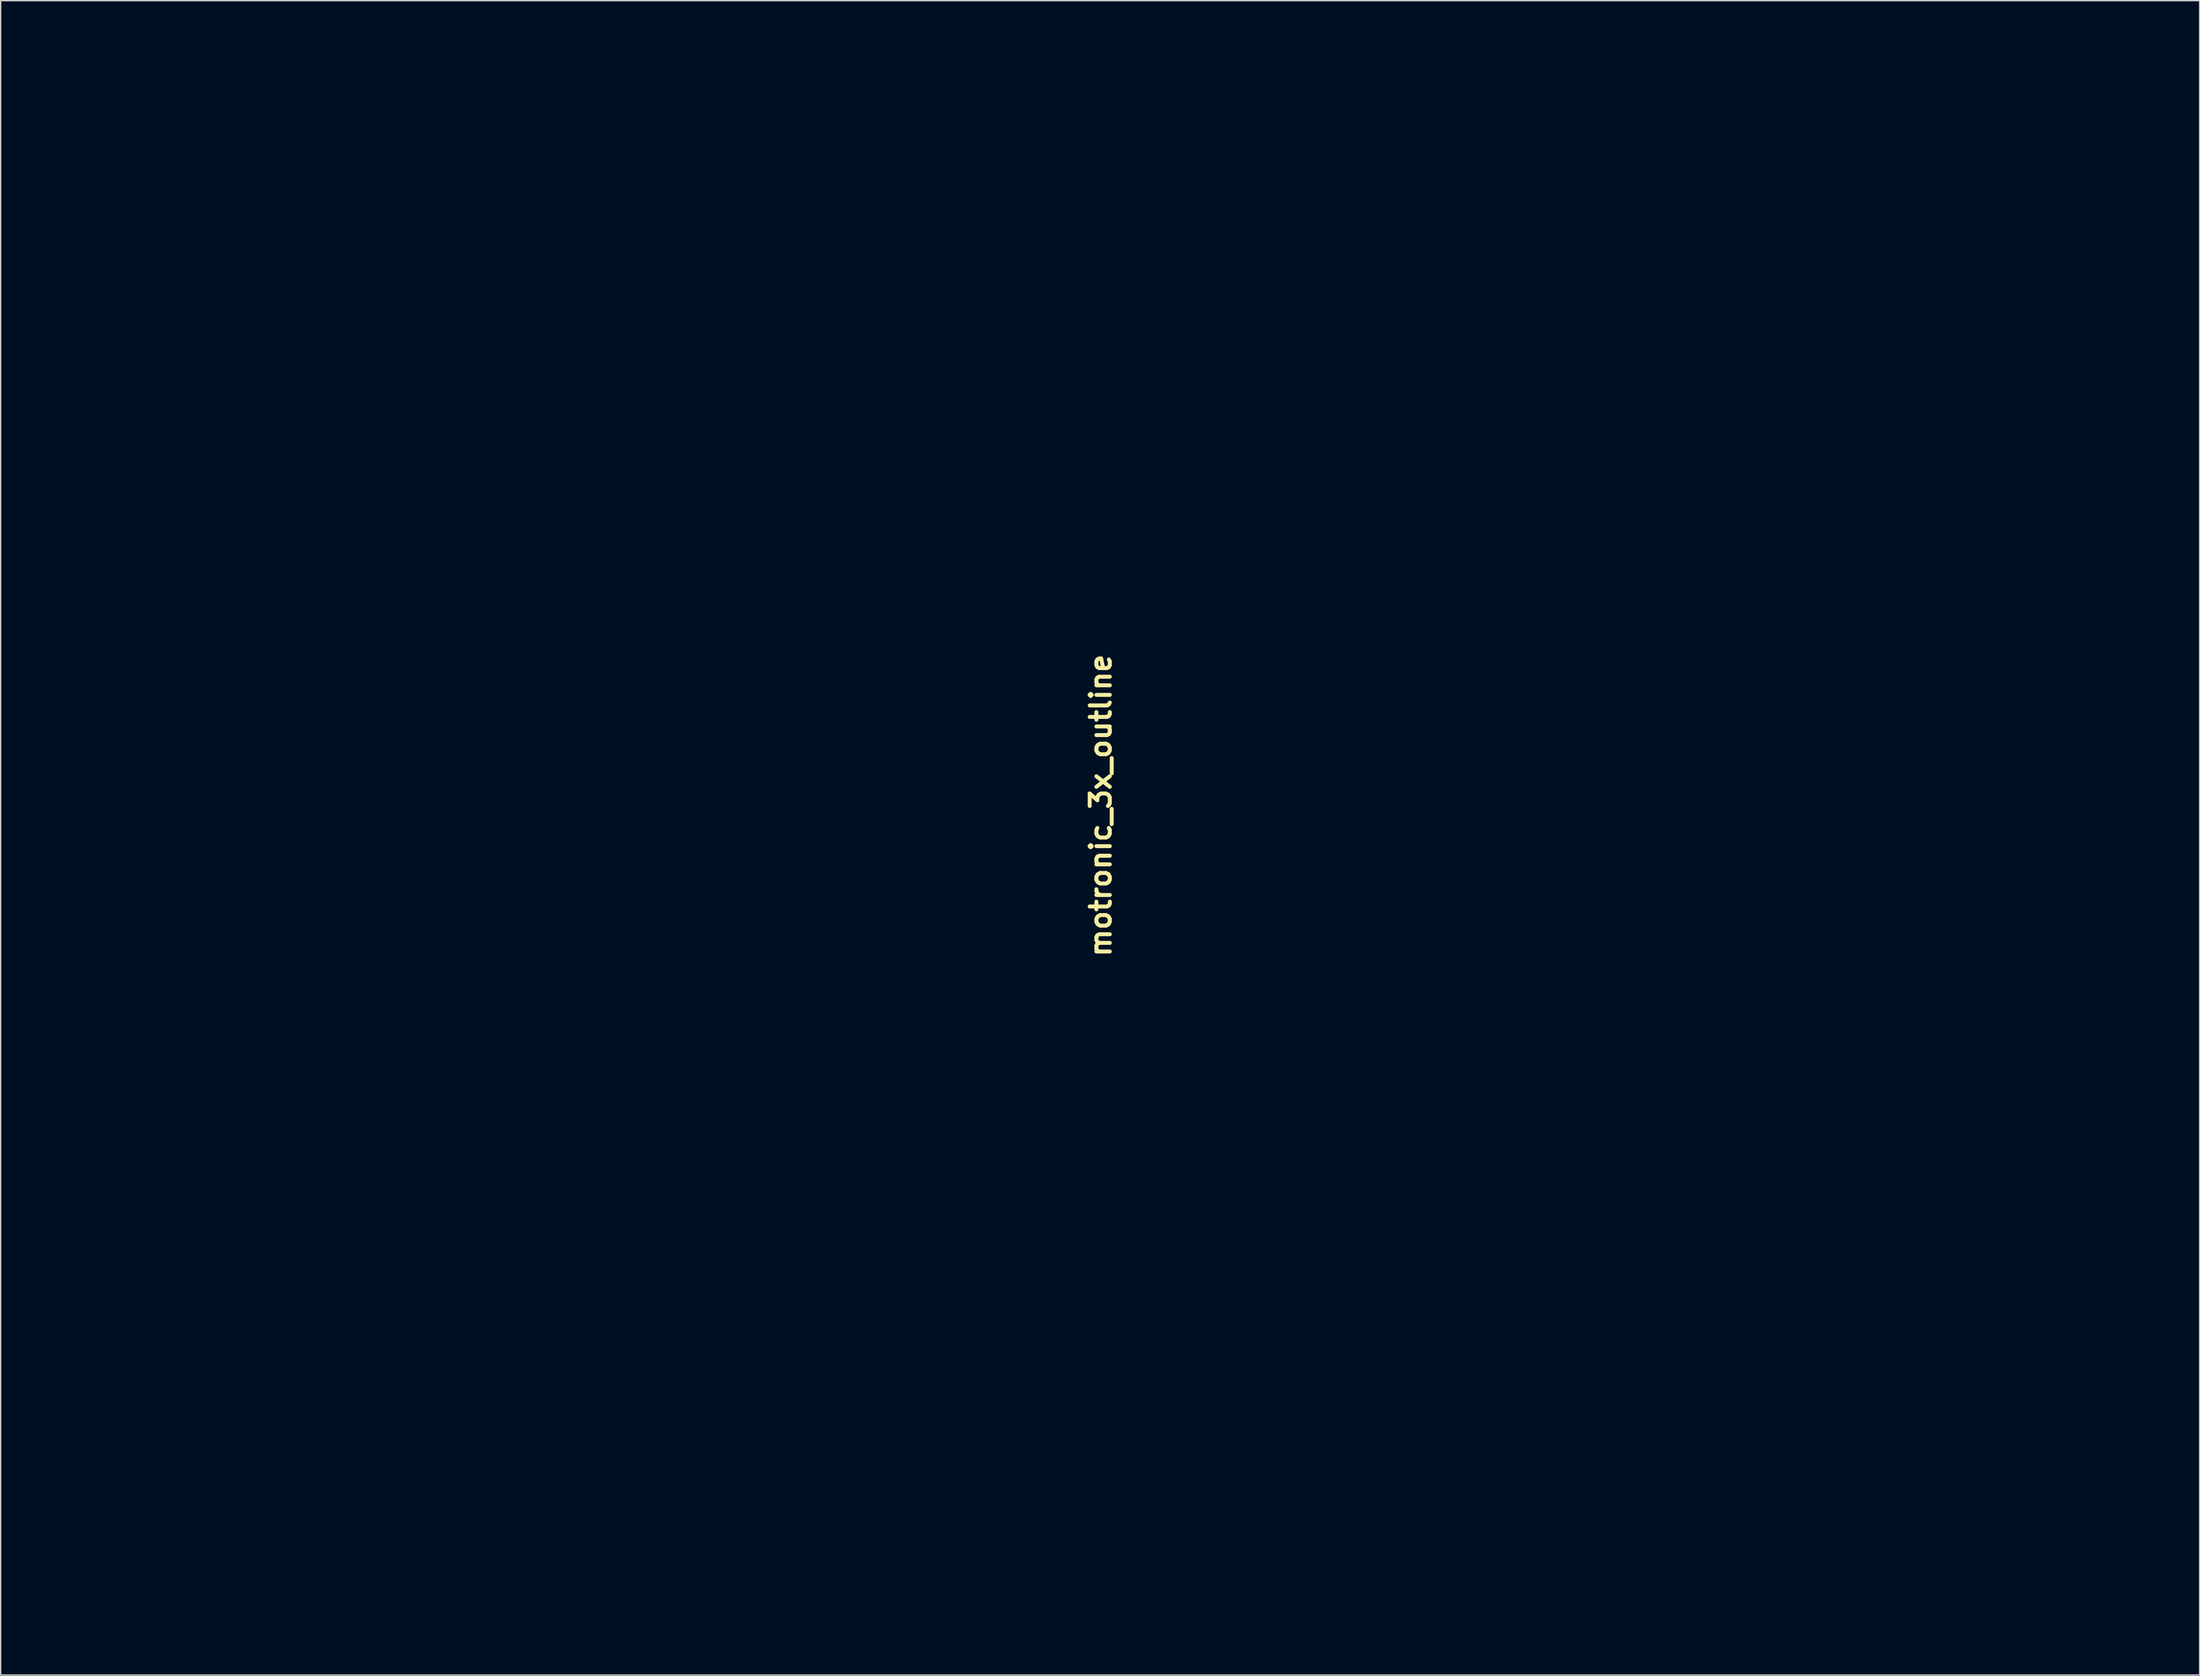
<source format=kicad_pcb>
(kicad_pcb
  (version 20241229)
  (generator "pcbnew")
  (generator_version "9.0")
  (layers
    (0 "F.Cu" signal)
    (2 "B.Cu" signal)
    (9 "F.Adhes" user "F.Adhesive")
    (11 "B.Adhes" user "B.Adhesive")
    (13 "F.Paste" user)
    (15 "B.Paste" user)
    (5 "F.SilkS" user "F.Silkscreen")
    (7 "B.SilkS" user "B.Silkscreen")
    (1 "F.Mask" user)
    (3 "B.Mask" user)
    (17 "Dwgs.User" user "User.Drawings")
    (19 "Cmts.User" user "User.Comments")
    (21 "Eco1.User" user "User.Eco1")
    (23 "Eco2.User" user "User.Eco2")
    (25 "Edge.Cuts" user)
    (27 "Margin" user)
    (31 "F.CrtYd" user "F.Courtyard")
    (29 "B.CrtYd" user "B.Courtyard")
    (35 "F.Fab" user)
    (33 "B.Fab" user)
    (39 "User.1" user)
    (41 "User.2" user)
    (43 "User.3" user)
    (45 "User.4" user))
  (footprint "motronic_3x_outline"
    (layer "F.Cu")
    (at 81.052 58.51)
    (property "Reference" "motronic_3x_outline" (at -0.699 -0.508 270) (layer "F.SilkS") (effects (font (size 1.524 1.524) (thickness 0.3))))
    (attr through_hole)
    (fp_poly (pts (xy -71.189 42.336) (xy -71.358 42.818) (xy -71.662 43.257) (xy -72.099 43.627) (xy -72.348 43.77) (xy -72.918 43.97) (xy -73.489 44.012) (xy -74.036 43.905) (xy -74.533 43.655) (xy -74.955 43.27) (xy -75.169 42.965) (xy -75.343 42.544) (xy -75.429 42.064) (xy -75.418 41.596) (xy -75.348 41.31) (xy -75.071 40.797) (xy -74.658 40.384) (xy -74.252 40.135) (xy -73.725 39.93) (xy -73.243 39.876) (xy -73.243 40.118) (xy -73.716 40.159) (xy -74.172 40.313) (xy -74.587 40.585) (xy -74.938 40.979) (xy -75.065 41.19) (xy -75.168 41.518) (xy -75.201 41.927) (xy -75.165 42.345) (xy -75.062 42.702) (xy -75.044 42.739) (xy -74.717 43.205) (xy -74.292 43.535) (xy -73.775 43.725) (xy -73.3 43.773) (xy -72.727 43.7) (xy -72.235 43.492) (xy -71.84 43.167) (xy -71.561 42.74) (xy -71.414 42.228) (xy -71.395 41.952) (xy -71.466 41.423) (xy -71.664 40.977) (xy -71.965 40.618) (xy -72.344 40.352) (xy -72.778 40.184) (xy -73.243 40.118) (xy -73.243 39.876) (xy -73.235 39.875) (xy -72.739 39.97) (xy -72.348 40.135) (xy -71.849 40.465) (xy -71.483 40.876) (xy -71.251 41.34) (xy -71.153 41.835) (xy -71.189 42.336)) (stroke (width 0.01) (type solid)) (fill no) (layer "Eco1.User"))
    (fp_poly (pts (xy 74.496 -7.119) (xy 74.359 -6.645) (xy 74.335 -6.593) (xy 73.976 -6.048) (xy 73.5 -5.612) (xy 73.158 -5.408) (xy 72.699 -5.258) (xy 72.166 -5.2) (xy 71.627 -5.235) (xy 71.151 -5.365) (xy 71.099 -5.388) (xy 70.647 -5.672) (xy 70.241 -6.063) (xy 69.937 -6.505) (xy 69.891 -6.599) (xy 69.757 -7.029) (xy 69.694 -7.526) (xy 69.706 -8.014) (xy 69.776 -8.353) (xy 70.039 -8.919) (xy 70.406 -9.372) (xy 70.854 -9.709) (xy 71.359 -9.93) (xy 71.897 -10.033) (xy 72.301 -10.021) (xy 72.301 -9.8) (xy 71.738 -9.782) (xy 71.21 -9.598) (xy 70.716 -9.248) (xy 70.591 -9.128) (xy 70.203 -8.635) (xy 69.981 -8.112) (xy 69.926 -7.558) (xy 70.036 -6.97) (xy 70.082 -6.837) (xy 70.349 -6.35) (xy 70.74 -5.941) (xy 71.219 -5.634) (xy 71.75 -5.455) (xy 72.115 -5.419) (xy 72.57 -5.484) (xy 73.049 -5.662) (xy 73.481 -5.921) (xy 73.655 -6.069) (xy 73.944 -6.443) (xy 74.169 -6.906) (xy 74.297 -7.387) (xy 74.316 -7.622) (xy 74.236 -8.166) (xy 74.011 -8.682) (xy 73.668 -9.135) (xy 73.231 -9.489) (xy 72.898 -9.653) (xy 72.301 -9.8) (xy 72.301 -10.021) (xy 72.447 -10.017) (xy 72.983 -9.879) (xy 73.484 -9.619) (xy 73.925 -9.234) (xy 74.284 -8.724) (xy 74.322 -8.652) (xy 74.477 -8.189) (xy 74.536 -7.656) (xy 74.496 -7.119)) (stroke (width 0.01) (type solid)) (fill no) (layer "Eco1.User"))
    (fp_poly (pts (xy -71.154 -53.099) (xy -71.233 -52.5) (xy -71.421 -51.993) (xy -71.742 -51.528) (xy -71.889 -51.364) (xy -72.19 -51.082) (xy -72.482 -50.893) (xy -72.811 -50.78) (xy -73.223 -50.728) (xy -73.657 -50.717) (xy -74.2 -50.738) (xy -74.622 -50.809) (xy -74.966 -50.945) (xy -75.275 -51.161) (xy -75.479 -51.352) (xy -75.873 -51.868) (xy -76.129 -52.462) (xy -76.236 -53.104) (xy -76.21 -53.617) (xy -76.035 -54.237) (xy -75.705 -54.791) (xy -75.367 -55.151) (xy -74.845 -55.517) (xy -74.279 -55.733) (xy -73.693 -55.805) (xy -73.501 -55.783) (xy -73.501 -55.523) (xy -74.059 -55.514) (xy -74.525 -55.403) (xy -74.952 -55.172) (xy -75.244 -54.94) (xy -75.595 -54.526) (xy -75.837 -54.016) (xy -75.963 -53.452) (xy -75.963 -52.876) (xy -75.829 -52.33) (xy -75.791 -52.239) (xy -75.464 -51.705) (xy -75.03 -51.298) (xy -74.5 -51.027) (xy -73.886 -50.897) (xy -73.639 -50.887) (xy -73.067 -50.939) (xy -72.582 -51.103) (xy -72.133 -51.4) (xy -72.051 -51.47) (xy -71.677 -51.905) (xy -71.43 -52.423) (xy -71.312 -52.988) (xy -71.327 -53.568) (xy -71.477 -54.128) (xy -71.761 -54.627) (xy -72.166 -55.054) (xy -72.63 -55.336) (xy -73.183 -55.49) (xy -73.501 -55.523) (xy -73.501 -55.783) (xy -73.112 -55.738) (xy -72.561 -55.538) (xy -72.063 -55.21) (xy -71.642 -54.758) (xy -71.358 -54.267) (xy -71.233 -53.961) (xy -71.166 -53.703) (xy -71.146 -53.415) (xy -71.154 -53.099)) (stroke (width 0.01) (type solid)) (fill no) (layer "Eco1.User"))
    (fp_poly (pts (xy -70.71 -2.618) (xy -70.924 -2.113) (xy -71.246 -1.648) (xy -71.65 -1.263) (xy -71.962 -1.068) (xy -72.268 -0.974) (xy -72.674 -0.929) (xy -73.12 -0.932) (xy -73.543 -0.981) (xy -73.882 -1.076) (xy -73.934 -1.1) (xy -74.425 -1.44) (xy -74.804 -1.887) (xy -75.058 -2.412) (xy -75.179 -2.985) (xy -75.154 -3.579) (xy -75.03 -4.03) (xy -74.773 -4.499) (xy -74.403 -4.914) (xy -73.968 -5.222) (xy -73.893 -5.259) (xy -73.524 -5.368) (xy -73.065 -5.416) (xy -72.848 -5.411) (xy -72.848 -5.16) (xy -73.265 -5.144) (xy -73.619 -5.08) (xy -73.711 -5.048) (xy -74.085 -4.83) (xy -74.439 -4.518) (xy -74.715 -4.167) (xy -74.793 -4.022) (xy -74.907 -3.627) (xy -74.945 -3.159) (xy -74.907 -2.698) (xy -74.82 -2.389) (xy -74.531 -1.904) (xy -74.128 -1.535) (xy -73.627 -1.295) (xy -73.044 -1.192) (xy -72.919 -1.189) (xy -72.322 -1.263) (xy -71.803 -1.477) (xy -71.379 -1.821) (xy -71.066 -2.283) (xy -71.018 -2.389) (xy -70.917 -2.787) (xy -70.894 -3.256) (xy -70.948 -3.715) (xy -71.045 -4.022) (xy -71.27 -4.372) (xy -71.6 -4.708) (xy -71.972 -4.972) (xy -72.127 -5.048) (xy -72.444 -5.128) (xy -72.848 -5.16) (xy -72.848 -5.411) (xy -72.584 -5.404) (xy -72.151 -5.332) (xy -71.942 -5.26) (xy -71.515 -4.98) (xy -71.145 -4.575) (xy -70.859 -4.086) (xy -70.681 -3.553) (xy -70.633 -3.12) (xy -70.71 -2.618)) (stroke (width 0.01) (type solid)) (fill no) (layer "Eco1.User"))
    (fp_poly (pts (xy 73.193 43.151) (xy 72.969 43.64) (xy 72.635 44.051) (xy 72.203 44.354) (xy 72.096 44.403) (xy 71.682 44.508) (xy 71.208 44.525) (xy 70.76 44.455) (xy 70.609 44.403) (xy 70.271 44.208) (xy 69.939 43.926) (xy 69.678 43.617) (xy 69.617 43.515) (xy 69.493 43.174) (xy 69.416 42.751) (xy 69.396 42.329) (xy 69.417 42.108) (xy 69.592 41.535) (xy 69.888 41.06) (xy 70.287 40.7) (xy 70.773 40.47) (xy 71.329 40.386) (xy 71.353 40.386) (xy 71.353 40.555) (xy 71.06 40.572) (xy 70.806 40.613) (xy 70.733 40.634) (xy 70.435 40.806) (xy 70.126 41.077) (xy 69.863 41.391) (xy 69.733 41.613) (xy 69.614 42.028) (xy 69.58 42.51) (xy 69.632 42.984) (xy 69.736 43.307) (xy 69.953 43.656) (xy 70.248 43.975) (xy 70.568 44.212) (xy 70.702 44.275) (xy 70.993 44.34) (xy 71.359 44.362) (xy 71.719 44.343) (xy 71.973 44.286) (xy 72.27 44.115) (xy 72.579 43.844) (xy 72.843 43.529) (xy 72.973 43.308) (xy 73.091 42.894) (xy 73.125 42.411) (xy 73.074 41.935) (xy 72.973 41.613) (xy 72.777 41.302) (xy 72.495 40.994) (xy 72.184 40.746) (xy 71.973 40.634) (xy 71.762 40.586) (xy 71.474 40.558) (xy 71.353 40.555) (xy 71.353 40.386) (xy 71.919 40.461) (xy 72.404 40.683) (xy 72.803 41.051) (xy 73.098 41.529) (xy 73.268 42.064) (xy 73.296 42.615) (xy 73.193 43.151)) (stroke (width 0.01) (type solid)) (fill no) (layer "Eco1.User"))
    (fp_poly (pts (xy 52.395 -52.416) (xy 52.269 -51.941) (xy 52.244 -51.884) (xy 51.994 -51.475) (xy 51.642 -51.074) (xy 51.244 -50.739) (xy 50.99 -50.587) (xy 50.6 -50.462) (xy 50.119 -50.408) (xy 49.608 -50.423) (xy 49.131 -50.507) (xy 48.804 -50.628) (xy 48.299 -50.974) (xy 47.895 -51.429) (xy 47.605 -51.963) (xy 47.441 -52.545) (xy 47.416 -53.143) (xy 47.539 -53.722) (xy 47.823 -54.294) (xy 48.207 -54.75) (xy 48.669 -55.091) (xy 49.186 -55.315) (xy 49.735 -55.42) (xy 50.067 -55.412) (xy 50.067 -55.11) (xy 49.637 -55.109) (xy 49.272 -55.053) (xy 49.197 -55.029) (xy 48.781 -54.807) (xy 48.379 -54.48) (xy 48.034 -54.091) (xy 47.79 -53.686) (xy 47.73 -53.526) (xy 47.654 -53.025) (xy 47.699 -52.49) (xy 47.846 -52.026) (xy 48.185 -51.485) (xy 48.646 -51.061) (xy 49.074 -50.817) (xy 49.603 -50.663) (xy 50.153 -50.656) (xy 50.693 -50.785) (xy 51.19 -51.035) (xy 51.613 -51.393) (xy 51.93 -51.847) (xy 52.014 -52.036) (xy 52.097 -52.392) (xy 52.123 -52.83) (xy 52.095 -53.285) (xy 52.018 -53.69) (xy 51.934 -53.91) (xy 51.677 -54.28) (xy 51.323 -54.632) (xy 50.936 -54.903) (xy 50.83 -54.957) (xy 50.489 -55.058) (xy 50.067 -55.11) (xy 50.067 -55.412) (xy 50.293 -55.406) (xy 50.837 -55.272) (xy 51.343 -55.016) (xy 51.788 -54.637) (xy 52.151 -54.135) (xy 52.246 -53.945) (xy 52.384 -53.487) (xy 52.434 -52.954) (xy 52.395 -52.416)) (stroke (width 0.01) (type solid)) (fill no) (layer "Eco1.User"))
    (fp_poly (pts (xy 73.816 56.72) (xy 73.69 57.194) (xy 73.665 57.251) (xy 73.415 57.66) (xy 73.063 58.061) (xy 72.665 58.396) (xy 72.411 58.549) (xy 72.021 58.673) (xy 71.539 58.727) (xy 71.029 58.712) (xy 70.552 58.629) (xy 70.224 58.507) (xy 69.72 58.161) (xy 69.316 57.706) (xy 69.026 57.172) (xy 68.862 56.591) (xy 68.836 55.992) (xy 68.96 55.414) (xy 69.243 54.842) (xy 69.628 54.385) (xy 70.09 54.044) (xy 70.607 53.82) (xy 71.156 53.715) (xy 71.488 53.723) (xy 71.488 54.026) (xy 71.058 54.026) (xy 70.693 54.082) (xy 70.618 54.107) (xy 70.202 54.328) (xy 69.799 54.655) (xy 69.454 55.044) (xy 69.211 55.449) (xy 69.15 55.609) (xy 69.074 56.111) (xy 69.119 56.645) (xy 69.266 57.109) (xy 69.606 57.65) (xy 70.066 58.074) (xy 70.494 58.318) (xy 71.024 58.472) (xy 71.574 58.479) (xy 72.114 58.351) (xy 72.611 58.101) (xy 73.034 57.742) (xy 73.351 57.288) (xy 73.435 57.099) (xy 73.517 56.744) (xy 73.543 56.305) (xy 73.516 55.85) (xy 73.438 55.445) (xy 73.355 55.225) (xy 73.098 54.855) (xy 72.743 54.504) (xy 72.357 54.232) (xy 72.25 54.179) (xy 71.91 54.078) (xy 71.488 54.026) (xy 71.488 53.723) (xy 71.714 53.729) (xy 72.257 53.864) (xy 72.763 54.12) (xy 73.209 54.498) (xy 73.571 55.001) (xy 73.667 55.19) (xy 73.805 55.648) (xy 73.854 56.181) (xy 73.816 56.72)) (stroke (width 0.01) (type solid)) (fill no) (layer "Eco1.User"))
    (fp_poly (pts (xy 77.764 58.232) (xy 75.963 60.031) (xy 71.441 60.027) (xy 66.919 60.023) (xy 66.469 60.467) (xy 66.236 60.688) (xy 66.097 60.795) (xy 66.032 60.8) (xy 66.019 60.742) (xy 66.076 60.599) (xy 66.227 60.389) (xy 66.425 60.172) (xy 66.832 59.772) (xy 75.791 59.78) (xy 79.311 56.263) (xy 79.311 49.107) (xy 63.902 49.107) (xy 63.902 34.967) (xy 79.311 34.967) (xy 79.311 -1.27) (xy 63.733 -1.27) (xy 63.733 -14.392) (xy 71.482 -14.414) (xy 79.231 -14.436) (xy 79.228 -33.312) (xy 79.227 -35.465) (xy 79.227 -37.455) (xy 79.226 -39.288) (xy 79.224 -40.97) (xy 79.222 -42.507) (xy 79.22 -43.905) (xy 79.217 -45.17) (xy 79.214 -46.309) (xy 79.211 -47.327) (xy 79.206 -48.231) (xy 79.202 -49.026) (xy 79.196 -49.719) (xy 79.19 -50.316) (xy 79.183 -50.822) (xy 79.175 -51.245) (xy 79.167 -51.59) (xy 79.158 -51.863) (xy 79.147 -52.07) (xy 79.136 -52.218) (xy 79.124 -52.312) (xy 79.111 -52.359) (xy 79.11 -52.362) (xy 79.031 -52.459) (xy 78.85 -52.668) (xy 78.58 -52.977) (xy 78.232 -53.371) (xy 77.818 -53.837) (xy 77.349 -54.361) (xy 76.839 -54.931) (xy 76.386 -55.436) (xy 75.744 -56.147) (xy 75.205 -56.741) (xy 74.759 -57.225) (xy 74.395 -57.61) (xy 74.104 -57.903) (xy 73.877 -58.115) (xy 73.703 -58.254) (xy 73.573 -58.328) (xy 73.476 -58.348) (xy 73.404 -58.321) (xy 73.347 -58.257) (xy 73.335 -58.239) (xy 73.288 -58.233) (xy 73.152 -58.227) (xy 72.926 -58.222) (xy 72.607 -58.217) (xy 72.192 -58.212) (xy 71.679 -58.208) (xy 71.067 -58.203) (xy 70.352 -58.199) (xy 69.533 -58.196) (xy 68.607 -58.192) (xy 67.571 -58.189) (xy 66.424 -58.186) (xy 65.164 -58.183) (xy 63.787 -58.18) (xy 62.292 -58.178) (xy 60.676 -58.176) (xy 58.937 -58.174) (xy 57.072 -58.173) (xy 55.08 -58.171) (xy 52.959 -58.17) (xy 50.705 -58.169) (xy 48.316 -58.169) (xy 45.79 -58.168) (xy 43.126 -58.168) (xy 40.32 -58.168) (xy 37.37 -58.168) (xy 34.274 -58.169) (xy 31.03 -58.17) (xy 27.635 -58.171) (xy 24.087 -58.172) (xy 20.384 -58.173) (xy 16.523 -58.175) (xy 12.502 -58.176) (xy 8.32 -58.178) (xy 3.972 -58.181) (xy -0.542 -58.183) (xy -0.997 -58.183) (xy -75.27 -58.224) (xy -80.792 -52.705) (xy -80.795 -31.454) (xy -80.797 -10.202) (xy -73.768 -10.181) (xy -66.739 -10.159) (xy -66.739 3.302) (xy -80.793 3.302) (xy -80.793 34.713) (xy -66.739 34.713) (xy -66.739 48.006) (xy -80.793 48.006) (xy -80.793 58.505) (xy -61.544 58.505) (xy -60.277 59.772) (xy -58.071 59.794) (xy -55.865 59.817) (xy -55.057 60.931) (xy -54.733 61.372) (xy -54.484 61.69) (xy -54.295 61.903) (xy -54.149 62.03) (xy -54.029 62.09) (xy -54.007 62.095) (xy -53.91 62.098) (xy -53.648 62.1) (xy -53.226 62.103) (xy -52.646 62.105) (xy -51.915 62.108) (xy -51.036 62.11) (xy -50.014 62.113) (xy -48.852 62.115) (xy -47.556 62.118) (xy -46.129 62.12) (xy -44.576 62.122) (xy -42.901 62.124) (xy -41.108 62.126) (xy -39.202 62.128) (xy -37.187 62.13) (xy -35.068 62.132) (xy -32.848 62.133) (xy -30.532 62.135) (xy -28.125 62.136) (xy -25.63 62.138) (xy -23.052 62.139) (xy -20.395 62.14) (xy -17.664 62.141) (xy -14.863 62.142) (xy -11.995 62.143) (xy -9.067 62.144) (xy -6.081 62.144) (xy -3.042 62.145) (xy 0.045 62.145) (xy 3.177 62.145) (xy 5.368 62.145) (xy 64.5 62.146) (xy 65.015 61.595) (xy 65.31 61.303) (xy 65.547 61.114) (xy 65.706 61.045) (xy 65.709 61.045) (xy 65.764 61.069) (xy 65.736 61.151) (xy 65.612 61.307) (xy 65.38 61.554) (xy 65.215 61.722) (xy 64.541 62.399) (xy -54.335 62.393) (xy -56.028 60.034) (xy -58.198 60.032) (xy -60.367 60.029) (xy -61.573 58.759) (xy -81.047 58.759) (xy -81.047 47.837) (xy -66.908 47.837) (xy -66.908 34.883) (xy -81.047 34.883) (xy -81.047 3.048) (xy -66.993 3.048) (xy -66.993 -9.882) (xy -67.564 -9.935) (xy -67.74 -9.944) (xy -68.071 -9.952) (xy -68.542 -9.96) (xy -69.139 -9.967) (xy -69.847 -9.974) (xy -70.651 -9.979) (xy -71.538 -9.984) (xy -72.491 -9.987) (xy -73.498 -9.989) (xy -74.543 -9.99) (xy -74.591 -9.99) (xy -81.047 -9.991) (xy -81.047 -52.791) (xy -78.189 -55.648) (xy -75.331 -58.505) (xy 74.043 -58.505) (xy 79.368 -52.516) (xy 79.424 -39.536) (xy 79.431 -37.941) (xy 79.438 -36.314) (xy 79.444 -34.67) (xy 79.45 -33.027) (xy 79.455 -31.4) (xy 79.46 -29.805) (xy 79.465 -28.257) (xy 79.469 -26.774) (xy 79.473 -25.37) (xy 79.476 -24.062) (xy 79.478 -22.866) (xy 79.48 -21.797) (xy 79.481 -20.873) (xy 79.481 -20.39) (xy 79.481 -14.222) (xy 71.84 -14.224) (xy 70.713 -14.225) (xy 69.632 -14.225) (xy 68.61 -14.225) (xy 67.658 -14.225) (xy 66.789 -14.226) (xy 66.016 -14.226) (xy 65.35 -14.226) (xy 64.804 -14.226) (xy 64.39 -14.226) (xy 64.121 -14.226) (xy 64.008 -14.225) (xy 64.008 -14.225) (xy 63.818 -14.224) (xy 63.818 -1.439) (xy 79.453 -1.439) (xy 79.509 3.323) (xy 79.516 3.962) (xy 79.522 4.756) (xy 79.528 5.693) (xy 79.534 6.758) (xy 79.539 7.937) (xy 79.544 9.218) (xy 79.549 10.585) (xy 79.553 12.027) (xy 79.556 13.529) (xy 79.559 15.076) (xy 79.562 16.657) (xy 79.564 18.257) (xy 79.565 19.862) (xy 79.565 21.458) (xy 79.565 21.654) (xy 79.566 35.221) (xy 64.241 35.221) (xy 64.241 48.853) (xy 79.566 48.853) (xy 79.566 56.432) (xy 77.764 58.232)) (stroke (width 0.01) (type solid)) (fill no) (layer "Eco1.User")))
  (gr_rect
    (start -3 -3)
    (end 163.623 123.914)
    (stroke (width 0.1) (type default))
    (fill no)
    (layer "Edge.Cuts")))
</source>
